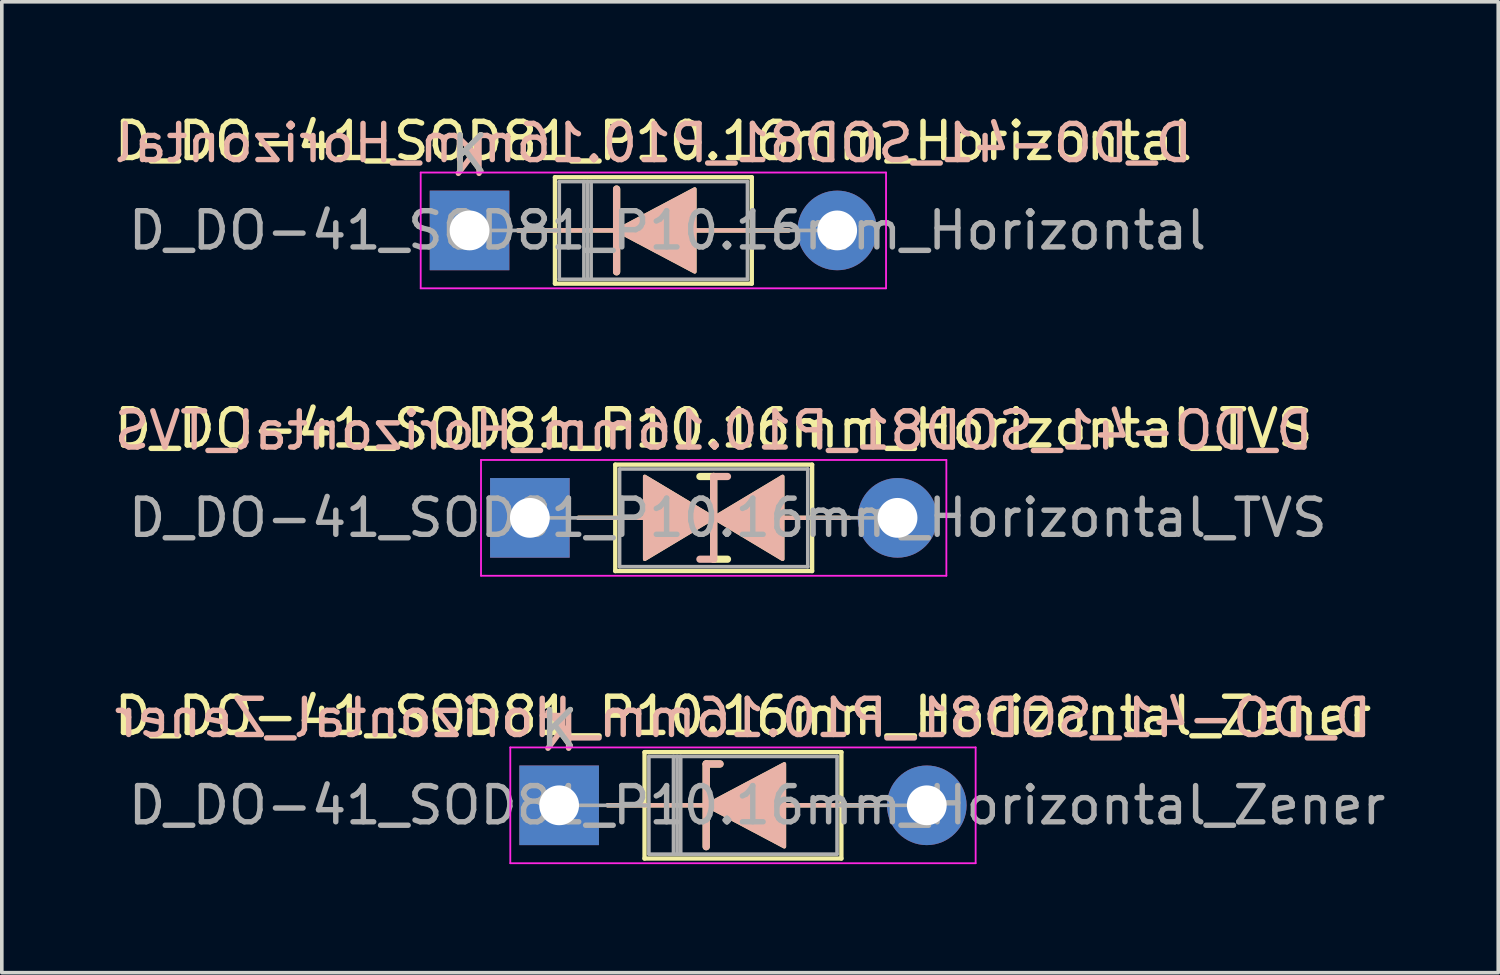
<source format=kicad_pcb>
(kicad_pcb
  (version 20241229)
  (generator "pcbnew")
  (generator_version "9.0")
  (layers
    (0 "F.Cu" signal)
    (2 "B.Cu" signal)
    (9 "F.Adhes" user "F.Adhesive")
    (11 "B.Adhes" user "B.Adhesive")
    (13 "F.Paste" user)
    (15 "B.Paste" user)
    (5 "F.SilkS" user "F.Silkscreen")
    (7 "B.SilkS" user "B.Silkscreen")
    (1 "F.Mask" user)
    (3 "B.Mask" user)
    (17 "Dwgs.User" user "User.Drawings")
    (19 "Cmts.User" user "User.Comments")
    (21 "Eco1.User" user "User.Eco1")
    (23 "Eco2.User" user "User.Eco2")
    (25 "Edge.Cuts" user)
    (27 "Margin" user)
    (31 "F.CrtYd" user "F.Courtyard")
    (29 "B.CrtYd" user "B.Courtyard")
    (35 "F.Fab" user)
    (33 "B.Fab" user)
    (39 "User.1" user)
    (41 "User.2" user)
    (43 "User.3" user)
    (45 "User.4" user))
  (footprint "D_DO-41_SOD81_P10.16mm_Horizontal"
    (layer "F.Cu")
    (at 9.926 3.318)
    (property "Reference" "D_DO-41_SOD81_P10.16mm_Horizontal" (at 5.08 -2.47 0) (layer "F.SilkS") (effects (font (size 1 1) (thickness 0.15))))
    (fp_line (start 1.34 0) (end 2.36 0) (stroke (width 0.12) (type solid)) (layer "F.SilkS"))
    (fp_line (start 2.36 -1.47) (end 2.36 1.47) (stroke (width 0.12) (type solid)) (layer "F.SilkS"))
    (fp_line (start 2.36 1.47) (end 7.8 1.47) (stroke (width 0.12) (type solid)) (layer "F.SilkS"))
    (fp_line (start 4.064 -1.143) (end 4.064 1.143) (stroke (width 0.2) (type solid)) (layer "F.SilkS"))
    (fp_line (start 4.064 0) (end 2.36 0) (stroke (width 0.12) (type solid)) (layer "F.SilkS"))
    (fp_line (start 6.223 0) (end 7.8 0) (stroke (width 0.12) (type solid)) (layer "F.SilkS"))
    (fp_line (start 7.8 -1.47) (end 2.36 -1.47) (stroke (width 0.12) (type solid)) (layer "F.SilkS"))
    (fp_line (start 7.8 1.47) (end 7.8 -1.47) (stroke (width 0.12) (type solid)) (layer "F.SilkS"))
    (fp_line (start 8.82 0) (end 7.8 0) (stroke (width 0.12) (type solid)) (layer "F.SilkS"))
    (fp_poly (pts (xy 6.223 1.143) (xy 4.064 0) (xy 6.223 -1.143)) (stroke (width 0.1) (type solid)) (fill yes) (layer "F.SilkS"))
    (fp_line (start 1.34 0) (end 2.36 0) (stroke (width 0.12) (type solid)) (layer "B.SilkS"))
    (fp_line (start 4.064 0) (end 2.36 0) (stroke (width 0.12) (type solid)) (layer "B.SilkS"))
    (fp_line (start 4.064 1.143) (end 4.064 -1.143) (stroke (width 0.2) (type solid)) (layer "B.SilkS"))
    (fp_line (start 6.223 0) (end 7.8 0) (stroke (width 0.12) (type solid)) (layer "B.SilkS"))
    (fp_line (start 8.82 0) (end 7.8 0) (stroke (width 0.12) (type solid)) (layer "B.SilkS"))
    (fp_poly (pts (xy 6.223 -1.143) (xy 4.064 0) (xy 6.223 1.143)) (stroke (width 0.1) (type solid)) (fill yes) (layer "B.SilkS"))
    (fp_line (start -1.35 -1.6) (end -1.35 1.6) (stroke (width 0.05) (type solid)) (layer "F.CrtYd"))
    (fp_line (start -1.35 1.6) (end 11.51 1.6) (stroke (width 0.05) (type solid)) (layer "F.CrtYd"))
    (fp_line (start 11.51 -1.6) (end -1.35 -1.6) (stroke (width 0.05) (type solid)) (layer "F.CrtYd"))
    (fp_line (start 11.51 1.6) (end 11.51 -1.6) (stroke (width 0.05) (type solid)) (layer "F.CrtYd"))
    (fp_line (start 0 0) (end 2.48 0) (stroke (width 0.1) (type solid)) (layer "F.Fab"))
    (fp_line (start 2.48 -1.35) (end 2.48 1.35) (stroke (width 0.1) (type solid)) (layer "F.Fab"))
    (fp_line (start 2.48 1.35) (end 7.68 1.35) (stroke (width 0.1) (type solid)) (layer "F.Fab"))
    (fp_line (start 3.16 -1.35) (end 3.16 1.35) (stroke (width 0.1) (type solid)) (layer "F.Fab"))
    (fp_line (start 3.26 -1.35) (end 3.26 1.35) (stroke (width 0.1) (type solid)) (layer "F.Fab"))
    (fp_line (start 3.36 -1.35) (end 3.36 1.35) (stroke (width 0.1) (type solid)) (layer "F.Fab"))
    (fp_line (start 7.68 -1.35) (end 2.48 -1.35) (stroke (width 0.1) (type solid)) (layer "F.Fab"))
    (fp_line (start 7.68 1.35) (end 7.68 -1.35) (stroke (width 0.1) (type solid)) (layer "F.Fab"))
    (fp_line (start 10.16 0) (end 7.68 0) (stroke (width 0.1) (type solid)) (layer "F.Fab"))
    (fp_text user "K" (at 0 -2.1 0) (layer "F.SilkS") (effects (font (size 1 1) (thickness 0.15))))
    (fp_text user "${REFERENCE}" (at 5.08 -2.413 0) (layer "B.SilkS") (effects (font (size 1 1) (thickness 0.15)) (justify mirror)))
    (fp_text user "K" (at 0 -2.032 0) (layer "B.SilkS") (effects (font (size 1 1) (thickness 0.15)) (justify mirror)))
    (fp_text user "K" (at 0 -2.1 0) (layer "F.Fab") (effects (font (size 1 1) (thickness 0.15))))
    (fp_text user "${REFERENCE}" (at 5.47 0 0) (layer "F.Fab") (effects (font (size 1 1) (thickness 0.15))))
    (pad "1" thru_hole rect (at 0 0) (size 2.2 2.2) (drill 1.1) (layers "*.Cu" "*.Mask"))
    (pad "2" thru_hole oval (at 10.16 0) (size 2.2 2.2) (drill 1.1) (layers "*.Cu" "*.Mask")))
  (footprint "D_DO-41_SOD81_P10.16mm_Horizontal_TVS"
    (layer "F.Cu")
    (at 11.593 11.261)
    (property "Reference" "D_DO-41_SOD81_P10.16mm_Horizontal_TVS" (at 5.08 -2.47 0) (layer "F.SilkS") (effects (font (size 1 1) (thickness 0.15))))
    (fp_line (start 1.34 0) (end 2.36 0) (stroke (width 0.12) (type solid)) (layer "F.SilkS"))
    (fp_line (start 2.36 -1.47) (end 2.36 1.47) (stroke (width 0.12) (type solid)) (layer "F.SilkS"))
    (fp_line (start 2.36 0) (end 3.175 0) (stroke (width 0.12) (type solid)) (layer "F.SilkS"))
    (fp_line (start 2.36 1.47) (end 7.8 1.47) (stroke (width 0.12) (type solid)) (layer "F.SilkS"))
    (fp_line (start 5.08 -1.143) (end 4.699 -1.143) (stroke (width 0.2) (type solid)) (layer "F.SilkS"))
    (fp_line (start 5.08 1.143) (end 5.08 -1.143) (stroke (width 0.2) (type solid)) (layer "F.SilkS"))
    (fp_line (start 5.461 1.143) (end 5.08 1.143) (stroke (width 0.2) (type solid)) (layer "F.SilkS"))
    (fp_line (start 6.985 0) (end 7.8 0) (stroke (width 0.12) (type solid)) (layer "F.SilkS"))
    (fp_line (start 7.8 -1.47) (end 2.36 -1.47) (stroke (width 0.12) (type solid)) (layer "F.SilkS"))
    (fp_line (start 7.8 1.47) (end 7.8 -1.47) (stroke (width 0.12) (type solid)) (layer "F.SilkS"))
    (fp_line (start 8.82 0) (end 7.8 0) (stroke (width 0.12) (type solid)) (layer "F.SilkS"))
    (fp_poly (pts (xy 5.08 0) (xy 3.175 1.143) (xy 3.175 -1.143)) (stroke (width 0.1) (type solid)) (fill yes) (layer "F.SilkS"))
    (fp_poly (pts (xy 5.08 0) (xy 6.985 -1.143) (xy 6.985 1.143)) (stroke (width 0.1) (type solid)) (fill yes) (layer "F.SilkS"))
    (fp_line (start 1.34 0) (end 2.36 0) (stroke (width 0.12) (type solid)) (layer "B.SilkS"))
    (fp_line (start 2.36 0) (end 3.175 0) (stroke (width 0.12) (type solid)) (layer "B.SilkS"))
    (fp_line (start 5.08 -1.143) (end 5.08 1.143) (stroke (width 0.2) (type solid)) (layer "B.SilkS"))
    (fp_line (start 5.08 1.143) (end 4.699 1.143) (stroke (width 0.2) (type solid)) (layer "B.SilkS"))
    (fp_line (start 5.461 -1.143) (end 5.08 -1.143) (stroke (width 0.2) (type solid)) (layer "B.SilkS"))
    (fp_line (start 6.985 0) (end 7.8 0) (stroke (width 0.12) (type solid)) (layer "B.SilkS"))
    (fp_line (start 8.82 0) (end 7.8 0) (stroke (width 0.12) (type solid)) (layer "B.SilkS"))
    (fp_poly (pts (xy 5.08 0) (xy 3.175 -1.143) (xy 3.175 1.143)) (stroke (width 0.1) (type solid)) (fill yes) (layer "B.SilkS"))
    (fp_poly (pts (xy 5.08 0) (xy 6.985 1.143) (xy 6.985 -1.143)) (stroke (width 0.1) (type solid)) (fill yes) (layer "B.SilkS"))
    (fp_line (start -1.35 -1.6) (end -1.35 1.6) (stroke (width 0.05) (type solid)) (layer "F.CrtYd"))
    (fp_line (start -1.35 1.6) (end 11.51 1.6) (stroke (width 0.05) (type solid)) (layer "F.CrtYd"))
    (fp_line (start 11.51 -1.6) (end -1.35 -1.6) (stroke (width 0.05) (type solid)) (layer "F.CrtYd"))
    (fp_line (start 11.51 1.6) (end 11.51 -1.6) (stroke (width 0.05) (type solid)) (layer "F.CrtYd"))
    (fp_line (start 0 0) (end 2.48 0) (stroke (width 0.1) (type solid)) (layer "F.Fab"))
    (fp_line (start 2.48 -1.35) (end 2.48 1.35) (stroke (width 0.1) (type solid)) (layer "F.Fab"))
    (fp_line (start 2.48 1.35) (end 7.68 1.35) (stroke (width 0.1) (type solid)) (layer "F.Fab"))
    (fp_line (start 7.68 -1.35) (end 2.48 -1.35) (stroke (width 0.1) (type solid)) (layer "F.Fab"))
    (fp_line (start 7.68 1.35) (end 7.68 -1.35) (stroke (width 0.1) (type solid)) (layer "F.Fab"))
    (fp_line (start 10.16 0) (end 7.68 0) (stroke (width 0.1) (type solid)) (layer "F.Fab"))
    (fp_text user "${REFERENCE}" (at 5.08 -2.413 0) (layer "B.SilkS") (effects (font (size 1 1) (thickness 0.15)) (justify mirror)))
    (fp_text user "${REFERENCE}" (at 5.47 0 0) (layer "F.Fab") (effects (font (size 1 1) (thickness 0.15))))
    (pad "1" thru_hole rect (at 0 0) (size 2.2 2.2) (drill 1.1) (layers "*.Cu" "*.Mask"))
    (pad "2" thru_hole oval (at 10.16 0) (size 2.2 2.2) (drill 1.1) (layers "*.Cu" "*.Mask")))
  (footprint "D_DO-41_SOD81_P10.16mm_Horizontal_Zener"
    (layer "F.Cu")
    (at 12.402 19.205)
    (property "Reference" "D_DO-41_SOD81_P10.16mm_Horizontal_Zener" (at 5.08 -2.47 0) (layer "F.SilkS") (effects (font (size 1 1) (thickness 0.15))))
    (fp_line (start 1.34 0) (end 2.36 0) (stroke (width 0.12) (type solid)) (layer "F.SilkS"))
    (fp_line (start 2.36 -1.47) (end 2.36 1.47) (stroke (width 0.12) (type solid)) (layer "F.SilkS"))
    (fp_line (start 2.36 1.47) (end 7.8 1.47) (stroke (width 0.12) (type solid)) (layer "F.SilkS"))
    (fp_line (start 4.064 -1.143) (end 4.064 1.143) (stroke (width 0.2) (type solid)) (layer "F.SilkS"))
    (fp_line (start 4.064 -1.143) (end 4.445 -1.143) (stroke (width 0.2) (type solid)) (layer "F.SilkS"))
    (fp_line (start 4.064 0) (end 2.36 0) (stroke (width 0.12) (type solid)) (layer "F.SilkS"))
    (fp_line (start 6.223 0) (end 7.8 0) (stroke (width 0.12) (type solid)) (layer "F.SilkS"))
    (fp_line (start 7.8 -1.47) (end 2.36 -1.47) (stroke (width 0.12) (type solid)) (layer "F.SilkS"))
    (fp_line (start 7.8 1.47) (end 7.8 -1.47) (stroke (width 0.12) (type solid)) (layer "F.SilkS"))
    (fp_line (start 8.82 0) (end 7.8 0) (stroke (width 0.12) (type solid)) (layer "F.SilkS"))
    (fp_poly (pts (xy 6.223 1.143) (xy 4.064 0) (xy 6.223 -1.143)) (stroke (width 0.1) (type solid)) (fill yes) (layer "F.SilkS"))
    (fp_line (start 1.34 0) (end 2.36 0) (stroke (width 0.12) (type solid)) (layer "B.SilkS"))
    (fp_line (start 4.064 -1.143) (end 4.445 -1.143) (stroke (width 0.2) (type solid)) (layer "B.SilkS"))
    (fp_line (start 4.064 0) (end 2.36 0) (stroke (width 0.12) (type solid)) (layer "B.SilkS"))
    (fp_line (start 4.064 1.143) (end 4.064 -1.143) (stroke (width 0.2) (type solid)) (layer "B.SilkS"))
    (fp_line (start 6.223 0) (end 7.8 0) (stroke (width 0.12) (type solid)) (layer "B.SilkS"))
    (fp_line (start 8.82 0) (end 7.8 0) (stroke (width 0.12) (type solid)) (layer "B.SilkS"))
    (fp_poly (pts (xy 6.223 -1.143) (xy 4.064 0) (xy 6.223 1.143)) (stroke (width 0.1) (type solid)) (fill yes) (layer "B.SilkS"))
    (fp_line (start -1.35 -1.6) (end -1.35 1.6) (stroke (width 0.05) (type solid)) (layer "F.CrtYd"))
    (fp_line (start -1.35 1.6) (end 11.51 1.6) (stroke (width 0.05) (type solid)) (layer "F.CrtYd"))
    (fp_line (start 11.51 -1.6) (end -1.35 -1.6) (stroke (width 0.05) (type solid)) (layer "F.CrtYd"))
    (fp_line (start 11.51 1.6) (end 11.51 -1.6) (stroke (width 0.05) (type solid)) (layer "F.CrtYd"))
    (fp_line (start 0 0) (end 2.48 0) (stroke (width 0.1) (type solid)) (layer "F.Fab"))
    (fp_line (start 2.48 -1.35) (end 2.48 1.35) (stroke (width 0.1) (type solid)) (layer "F.Fab"))
    (fp_line (start 2.48 1.35) (end 7.68 1.35) (stroke (width 0.1) (type solid)) (layer "F.Fab"))
    (fp_line (start 3.16 -1.35) (end 3.16 1.35) (stroke (width 0.1) (type solid)) (layer "F.Fab"))
    (fp_line (start 3.26 -1.35) (end 3.26 1.35) (stroke (width 0.1) (type solid)) (layer "F.Fab"))
    (fp_line (start 3.36 -1.35) (end 3.36 1.35) (stroke (width 0.1) (type solid)) (layer "F.Fab"))
    (fp_line (start 7.68 -1.35) (end 2.48 -1.35) (stroke (width 0.1) (type solid)) (layer "F.Fab"))
    (fp_line (start 7.68 1.35) (end 7.68 -1.35) (stroke (width 0.1) (type solid)) (layer "F.Fab"))
    (fp_line (start 10.16 0) (end 7.68 0) (stroke (width 0.1) (type solid)) (layer "F.Fab"))
    (fp_text user "K" (at 0 -2.1 0) (layer "F.SilkS") (effects (font (size 1 1) (thickness 0.15))))
    (fp_text user "K" (at 0 -2.032 0) (layer "B.SilkS") (effects (font (size 1 1) (thickness 0.15)) (justify mirror)))
    (fp_text user "${REFERENCE}" (at 5.08 -2.413 0) (layer "B.SilkS") (effects (font (size 1 1) (thickness 0.15)) (justify mirror)))
    (fp_text user "K" (at 0 -2.1 0) (layer "F.Fab") (effects (font (size 1 1) (thickness 0.15))))
    (fp_text user "${REFERENCE}" (at 5.47 0 0) (layer "F.Fab") (effects (font (size 1 1) (thickness 0.15))))
    (pad "1" thru_hole rect (at 0 0) (size 2.2 2.2) (drill 1.1) (layers "*.Cu" "*.Mask"))
    (pad "2" thru_hole oval (at 10.16 0) (size 2.2 2.2) (drill 1.1) (layers "*.Cu" "*.Mask")))
  (gr_rect
    (start -3 -3)
    (end 38.354 23.83)
    (stroke (width 0.1) (type default))
    (fill no)
    (layer "Edge.Cuts")))
</source>
